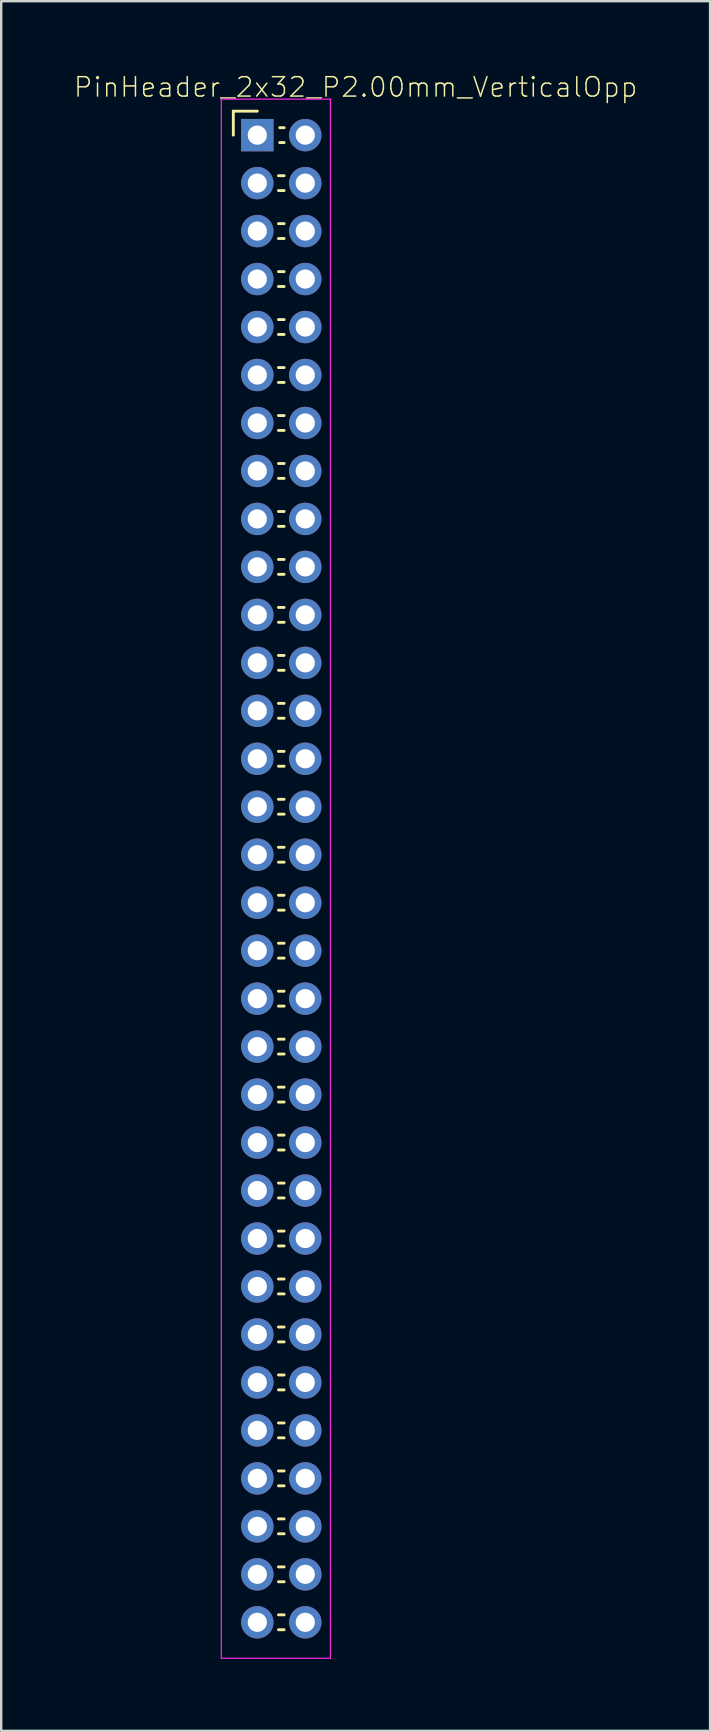
<source format=kicad_pcb>
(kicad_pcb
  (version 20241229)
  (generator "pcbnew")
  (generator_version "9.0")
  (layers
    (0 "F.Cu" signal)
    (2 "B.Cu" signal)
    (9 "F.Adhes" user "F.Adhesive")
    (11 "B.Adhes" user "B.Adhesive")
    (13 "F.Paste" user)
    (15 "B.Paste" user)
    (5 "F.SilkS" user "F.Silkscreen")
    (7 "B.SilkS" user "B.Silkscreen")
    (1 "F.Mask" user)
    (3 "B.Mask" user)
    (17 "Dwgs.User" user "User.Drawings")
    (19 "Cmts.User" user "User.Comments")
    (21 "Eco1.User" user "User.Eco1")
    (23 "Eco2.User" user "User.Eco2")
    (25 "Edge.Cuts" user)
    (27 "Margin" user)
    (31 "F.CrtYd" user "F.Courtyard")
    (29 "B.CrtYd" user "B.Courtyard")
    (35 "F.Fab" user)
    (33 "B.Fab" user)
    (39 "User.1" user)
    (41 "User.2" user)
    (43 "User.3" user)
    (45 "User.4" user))
  (footprint "PinHeader_2x32_P2.00mm_VerticalOpp"
    (layer "F.Cu")
    (at 7.677 2.584)
    (property "Reference" "PinHeader_2x32_P2.00mm_VerticalOpp" (at 4.1 -2 0) (layer "F.SilkS") (effects (font (size 0.81 0.81) (thickness 0.062))))
    (attr through_hole)
    (fp_line (start -1 -1) (end 0 -1) (stroke (width 0.12) (type solid)) (layer "F.SilkS"))
    (fp_line (start -1 0) (end -1 -1) (stroke (width 0.12) (type solid)) (layer "F.SilkS"))
    (fp_line (start 0.882 1.69) (end 1.118 1.69) (stroke (width 0.12) (type solid)) (layer "F.SilkS"))
    (fp_line (start 0.882 2.31) (end 1.118 2.31) (stroke (width 0.12) (type solid)) (layer "F.SilkS"))
    (fp_line (start 0.882 3.69) (end 1.118 3.69) (stroke (width 0.12) (type solid)) (layer "F.SilkS"))
    (fp_line (start 0.882 4.31) (end 1.118 4.31) (stroke (width 0.12) (type solid)) (layer "F.SilkS"))
    (fp_line (start 0.882 5.69) (end 1.118 5.69) (stroke (width 0.12) (type solid)) (layer "F.SilkS"))
    (fp_line (start 0.882 6.31) (end 1.118 6.31) (stroke (width 0.12) (type solid)) (layer "F.SilkS"))
    (fp_line (start 0.882 7.69) (end 1.118 7.69) (stroke (width 0.12) (type solid)) (layer "F.SilkS"))
    (fp_line (start 0.882 8.31) (end 1.118 8.31) (stroke (width 0.12) (type solid)) (layer "F.SilkS"))
    (fp_line (start 0.882 9.69) (end 1.118 9.69) (stroke (width 0.12) (type solid)) (layer "F.SilkS"))
    (fp_line (start 0.882 10.31) (end 1.118 10.31) (stroke (width 0.12) (type solid)) (layer "F.SilkS"))
    (fp_line (start 0.882 11.69) (end 1.118 11.69) (stroke (width 0.12) (type solid)) (layer "F.SilkS"))
    (fp_line (start 0.882 12.31) (end 1.118 12.31) (stroke (width 0.12) (type solid)) (layer "F.SilkS"))
    (fp_line (start 0.882 13.69) (end 1.118 13.69) (stroke (width 0.12) (type solid)) (layer "F.SilkS"))
    (fp_line (start 0.882 14.31) (end 1.118 14.31) (stroke (width 0.12) (type solid)) (layer "F.SilkS"))
    (fp_line (start 0.882 15.69) (end 1.118 15.69) (stroke (width 0.12) (type solid)) (layer "F.SilkS"))
    (fp_line (start 0.882 16.31) (end 1.118 16.31) (stroke (width 0.12) (type solid)) (layer "F.SilkS"))
    (fp_line (start 0.882 17.69) (end 1.118 17.69) (stroke (width 0.12) (type solid)) (layer "F.SilkS"))
    (fp_line (start 0.882 18.31) (end 1.118 18.31) (stroke (width 0.12) (type solid)) (layer "F.SilkS"))
    (fp_line (start 0.882 19.69) (end 1.118 19.69) (stroke (width 0.12) (type solid)) (layer "F.SilkS"))
    (fp_line (start 0.882 20.31) (end 1.118 20.31) (stroke (width 0.12) (type solid)) (layer "F.SilkS"))
    (fp_line (start 0.882 21.69) (end 1.118 21.69) (stroke (width 0.12) (type solid)) (layer "F.SilkS"))
    (fp_line (start 0.882 22.31) (end 1.118 22.31) (stroke (width 0.12) (type solid)) (layer "F.SilkS"))
    (fp_line (start 0.882 23.69) (end 1.118 23.69) (stroke (width 0.12) (type solid)) (layer "F.SilkS"))
    (fp_line (start 0.882 24.31) (end 1.118 24.31) (stroke (width 0.12) (type solid)) (layer "F.SilkS"))
    (fp_line (start 0.882 25.69) (end 1.118 25.69) (stroke (width 0.12) (type solid)) (layer "F.SilkS"))
    (fp_line (start 0.882 26.31) (end 1.118 26.31) (stroke (width 0.12) (type solid)) (layer "F.SilkS"))
    (fp_line (start 0.882 27.69) (end 1.118 27.69) (stroke (width 0.12) (type solid)) (layer "F.SilkS"))
    (fp_line (start 0.882 28.31) (end 1.118 28.31) (stroke (width 0.12) (type solid)) (layer "F.SilkS"))
    (fp_line (start 0.882 29.69) (end 1.118 29.69) (stroke (width 0.12) (type solid)) (layer "F.SilkS"))
    (fp_line (start 0.882 30.31) (end 1.118 30.31) (stroke (width 0.12) (type solid)) (layer "F.SilkS"))
    (fp_line (start 0.882 31.69) (end 1.118 31.69) (stroke (width 0.12) (type solid)) (layer "F.SilkS"))
    (fp_line (start 0.882 32.31) (end 1.118 32.31) (stroke (width 0.12) (type solid)) (layer "F.SilkS"))
    (fp_line (start 0.882 33.69) (end 1.118 33.69) (stroke (width 0.12) (type solid)) (layer "F.SilkS"))
    (fp_line (start 0.882 34.31) (end 1.118 34.31) (stroke (width 0.12) (type solid)) (layer "F.SilkS"))
    (fp_line (start 0.882 35.69) (end 1.118 35.69) (stroke (width 0.12) (type solid)) (layer "F.SilkS"))
    (fp_line (start 0.882 36.31) (end 1.118 36.31) (stroke (width 0.12) (type solid)) (layer "F.SilkS"))
    (fp_line (start 0.882 37.69) (end 1.118 37.69) (stroke (width 0.12) (type solid)) (layer "F.SilkS"))
    (fp_line (start 0.882 38.31) (end 1.118 38.31) (stroke (width 0.12) (type solid)) (layer "F.SilkS"))
    (fp_line (start 0.882 39.69) (end 1.118 39.69) (stroke (width 0.12) (type solid)) (layer "F.SilkS"))
    (fp_line (start 0.882 40.31) (end 1.118 40.31) (stroke (width 0.12) (type solid)) (layer "F.SilkS"))
    (fp_line (start 0.882 41.69) (end 1.118 41.69) (stroke (width 0.12) (type solid)) (layer "F.SilkS"))
    (fp_line (start 0.882 42.31) (end 1.118 42.31) (stroke (width 0.12) (type solid)) (layer "F.SilkS"))
    (fp_line (start 0.882 43.69) (end 1.118 43.69) (stroke (width 0.12) (type solid)) (layer "F.SilkS"))
    (fp_line (start 0.882 44.31) (end 1.118 44.31) (stroke (width 0.12) (type solid)) (layer "F.SilkS"))
    (fp_line (start 0.882 45.69) (end 1.118 45.69) (stroke (width 0.12) (type solid)) (layer "F.SilkS"))
    (fp_line (start 0.882 46.31) (end 1.118 46.31) (stroke (width 0.12) (type solid)) (layer "F.SilkS"))
    (fp_line (start 0.882 47.69) (end 1.118 47.69) (stroke (width 0.12) (type solid)) (layer "F.SilkS"))
    (fp_line (start 0.882 48.31) (end 1.118 48.31) (stroke (width 0.12) (type solid)) (layer "F.SilkS"))
    (fp_line (start 0.882 49.69) (end 1.118 49.69) (stroke (width 0.12) (type solid)) (layer "F.SilkS"))
    (fp_line (start 0.882 50.31) (end 1.118 50.31) (stroke (width 0.12) (type solid)) (layer "F.SilkS"))
    (fp_line (start 0.882 51.69) (end 1.118 51.69) (stroke (width 0.12) (type solid)) (layer "F.SilkS"))
    (fp_line (start 0.882 52.31) (end 1.118 52.31) (stroke (width 0.12) (type solid)) (layer "F.SilkS"))
    (fp_line (start 0.882 53.69) (end 1.118 53.69) (stroke (width 0.12) (type solid)) (layer "F.SilkS"))
    (fp_line (start 0.882 54.31) (end 1.118 54.31) (stroke (width 0.12) (type solid)) (layer "F.SilkS"))
    (fp_line (start 0.882 55.69) (end 1.118 55.69) (stroke (width 0.12) (type solid)) (layer "F.SilkS"))
    (fp_line (start 0.882 56.31) (end 1.118 56.31) (stroke (width 0.12) (type solid)) (layer "F.SilkS"))
    (fp_line (start 0.882 57.69) (end 1.118 57.69) (stroke (width 0.12) (type solid)) (layer "F.SilkS"))
    (fp_line (start 0.882 58.31) (end 1.118 58.31) (stroke (width 0.12) (type solid)) (layer "F.SilkS"))
    (fp_line (start 0.882 59.69) (end 1.118 59.69) (stroke (width 0.12) (type solid)) (layer "F.SilkS"))
    (fp_line (start 0.882 60.31) (end 1.118 60.31) (stroke (width 0.12) (type solid)) (layer "F.SilkS"))
    (fp_line (start 0.882 61.69) (end 1.118 61.69) (stroke (width 0.12) (type solid)) (layer "F.SilkS"))
    (fp_line (start 0.882 62.31) (end 1.118 62.31) (stroke (width 0.12) (type solid)) (layer "F.SilkS"))
    (fp_line (start 0.935 -0.31) (end 1.118 -0.31) (stroke (width 0.12) (type solid)) (layer "F.SilkS"))
    (fp_line (start 0.935 0.31) (end 1.118 0.31) (stroke (width 0.12) (type solid)) (layer "F.SilkS"))
    (fp_line (start -1.5 -1.5) (end -1.5 63.5) (stroke (width 0.05) (type solid)) (layer "F.CrtYd"))
    (fp_line (start -1.5 -1.5) (end 3.048 -1.5) (stroke (width 0.05) (type solid)) (layer "F.CrtYd"))
    (fp_line (start -1.5 63.5) (end 3.048 63.5) (stroke (width 0.05) (type solid)) (layer "F.CrtYd"))
    (fp_line (start 3.048 -1.5) (end 3.048 63.5) (stroke (width 0.05) (type solid)) (layer "F.CrtYd"))
    (fp_line (start -0.25 -0.25) (end -0.25 0.25) (stroke (width 0.1) (type solid)) (layer "F.Fab"))
    (fp_line (start -0.25 1.75) (end -0.25 2.25) (stroke (width 0.1) (type solid)) (layer "F.Fab"))
    (fp_line (start -0.25 3.75) (end -0.25 4.25) (stroke (width 0.1) (type solid)) (layer "F.Fab"))
    (fp_line (start -0.25 5.75) (end -0.25 6.25) (stroke (width 0.1) (type solid)) (layer "F.Fab"))
    (fp_line (start -0.25 7.75) (end -0.25 8.25) (stroke (width 0.1) (type solid)) (layer "F.Fab"))
    (fp_line (start -0.25 9.75) (end -0.25 10.25) (stroke (width 0.1) (type solid)) (layer "F.Fab"))
    (fp_line (start -0.25 11.75) (end -0.25 12.25) (stroke (width 0.1) (type solid)) (layer "F.Fab"))
    (fp_line (start -0.25 13.75) (end -0.25 14.25) (stroke (width 0.1) (type solid)) (layer "F.Fab"))
    (fp_line (start -0.25 15.75) (end -0.25 16.25) (stroke (width 0.1) (type solid)) (layer "F.Fab"))
    (fp_line (start -0.25 17.75) (end -0.25 18.25) (stroke (width 0.1) (type solid)) (layer "F.Fab"))
    (fp_line (start -0.25 19.75) (end -0.25 20.25) (stroke (width 0.1) (type solid)) (layer "F.Fab"))
    (fp_line (start -0.25 21.75) (end -0.25 22.25) (stroke (width 0.1) (type solid)) (layer "F.Fab"))
    (fp_line (start -0.25 23.75) (end -0.25 24.25) (stroke (width 0.1) (type solid)) (layer "F.Fab"))
    (fp_line (start -0.25 25.75) (end -0.25 26.25) (stroke (width 0.1) (type solid)) (layer "F.Fab"))
    (fp_line (start -0.25 27.75) (end -0.25 28.25) (stroke (width 0.1) (type solid)) (layer "F.Fab"))
    (fp_line (start -0.25 29.75) (end -0.25 30.25) (stroke (width 0.1) (type solid)) (layer "F.Fab"))
    (fp_line (start -0.25 31.75) (end -0.25 32.25) (stroke (width 0.1) (type solid)) (layer "F.Fab"))
    (fp_line (start -0.25 33.75) (end -0.25 34.25) (stroke (width 0.1) (type solid)) (layer "F.Fab"))
    (fp_line (start -0.25 35.75) (end -0.25 36.25) (stroke (width 0.1) (type solid)) (layer "F.Fab"))
    (fp_line (start -0.25 37.75) (end -0.25 38.25) (stroke (width 0.1) (type solid)) (layer "F.Fab"))
    (fp_line (start -0.25 39.75) (end -0.25 40.25) (stroke (width 0.1) (type solid)) (layer "F.Fab"))
    (fp_line (start -0.25 41.75) (end -0.25 42.25) (stroke (width 0.1) (type solid)) (layer "F.Fab"))
    (fp_line (start -0.25 43.75) (end -0.25 44.25) (stroke (width 0.1) (type solid)) (layer "F.Fab"))
    (fp_line (start -0.25 45.75) (end -0.25 46.25) (stroke (width 0.1) (type solid)) (layer "F.Fab"))
    (fp_line (start -0.25 47.75) (end -0.25 48.25) (stroke (width 0.1) (type solid)) (layer "F.Fab"))
    (fp_line (start -0.25 49.75) (end -0.25 50.25) (stroke (width 0.1) (type solid)) (layer "F.Fab"))
    (fp_line (start -0.25 51.75) (end -0.25 52.25) (stroke (width 0.1) (type solid)) (layer "F.Fab"))
    (fp_line (start -0.25 53.75) (end -0.25 54.25) (stroke (width 0.1) (type solid)) (layer "F.Fab"))
    (fp_line (start -0.25 55.75) (end -0.25 56.25) (stroke (width 0.1) (type solid)) (layer "F.Fab"))
    (fp_line (start -0.25 57.75) (end -0.25 58.25) (stroke (width 0.1) (type solid)) (layer "F.Fab"))
    (fp_line (start -0.25 59.75) (end -0.25 60.25) (stroke (width 0.1) (type solid)) (layer "F.Fab"))
    (fp_line (start -0.25 61.75) (end -0.25 62.25) (stroke (width 0.1) (type solid)) (layer "F.Fab"))
    (pad "1" thru_hole rect (at 0 0) (size 1.35 1.35) (drill 0.8) (layers "*.Cu" "*.Mask"))
    (pad "2" thru_hole oval (at 2 0) (size 1.35 1.35) (drill 0.8) (layers "*.Cu" "*.Mask"))
    (pad "3" thru_hole oval (at 0 2) (size 1.35 1.35) (drill 0.8) (layers "*.Cu" "*.Mask"))
    (pad "4" thru_hole oval (at 2 2) (size 1.35 1.35) (drill 0.8) (layers "*.Cu" "*.Mask"))
    (pad "5" thru_hole oval (at 0 4) (size 1.35 1.35) (drill 0.8) (layers "*.Cu" "*.Mask"))
    (pad "6" thru_hole oval (at 2 4) (size 1.35 1.35) (drill 0.8) (layers "*.Cu" "*.Mask"))
    (pad "7" thru_hole oval (at 0 6) (size 1.35 1.35) (drill 0.8) (layers "*.Cu" "*.Mask"))
    (pad "8" thru_hole oval (at 2 6) (size 1.35 1.35) (drill 0.8) (layers "*.Cu" "*.Mask"))
    (pad "9" thru_hole oval (at 0 8) (size 1.35 1.35) (drill 0.8) (layers "*.Cu" "*.Mask"))
    (pad "10" thru_hole oval (at 2 8) (size 1.35 1.35) (drill 0.8) (layers "*.Cu" "*.Mask"))
    (pad "11" thru_hole oval (at 0 10) (size 1.35 1.35) (drill 0.8) (layers "*.Cu" "*.Mask"))
    (pad "12" thru_hole oval (at 2 10) (size 1.35 1.35) (drill 0.8) (layers "*.Cu" "*.Mask"))
    (pad "13" thru_hole oval (at 0 12) (size 1.35 1.35) (drill 0.8) (layers "*.Cu" "*.Mask"))
    (pad "14" thru_hole oval (at 2 12) (size 1.35 1.35) (drill 0.8) (layers "*.Cu" "*.Mask"))
    (pad "15" thru_hole oval (at 0 14) (size 1.35 1.35) (drill 0.8) (layers "*.Cu" "*.Mask"))
    (pad "16" thru_hole oval (at 2 14) (size 1.35 1.35) (drill 0.8) (layers "*.Cu" "*.Mask"))
    (pad "17" thru_hole oval (at 0 16) (size 1.35 1.35) (drill 0.8) (layers "*.Cu" "*.Mask"))
    (pad "18" thru_hole oval (at 2 16) (size 1.35 1.35) (drill 0.8) (layers "*.Cu" "*.Mask"))
    (pad "19" thru_hole oval (at 0 18) (size 1.35 1.35) (drill 0.8) (layers "*.Cu" "*.Mask"))
    (pad "20" thru_hole oval (at 2 18) (size 1.35 1.35) (drill 0.8) (layers "*.Cu" "*.Mask"))
    (pad "21" thru_hole oval (at 0 20) (size 1.35 1.35) (drill 0.8) (layers "*.Cu" "*.Mask"))
    (pad "22" thru_hole oval (at 2 20) (size 1.35 1.35) (drill 0.8) (layers "*.Cu" "*.Mask"))
    (pad "23" thru_hole oval (at 0 22) (size 1.35 1.35) (drill 0.8) (layers "*.Cu" "*.Mask"))
    (pad "24" thru_hole oval (at 2 22) (size 1.35 1.35) (drill 0.8) (layers "*.Cu" "*.Mask"))
    (pad "25" thru_hole oval (at 0 24) (size 1.35 1.35) (drill 0.8) (layers "*.Cu" "*.Mask"))
    (pad "26" thru_hole oval (at 2 24) (size 1.35 1.35) (drill 0.8) (layers "*.Cu" "*.Mask"))
    (pad "27" thru_hole oval (at 0 26) (size 1.35 1.35) (drill 0.8) (layers "*.Cu" "*.Mask"))
    (pad "28" thru_hole oval (at 2 26) (size 1.35 1.35) (drill 0.8) (layers "*.Cu" "*.Mask"))
    (pad "29" thru_hole oval (at 0 28) (size 1.35 1.35) (drill 0.8) (layers "*.Cu" "*.Mask"))
    (pad "30" thru_hole oval (at 2 28) (size 1.35 1.35) (drill 0.8) (layers "*.Cu" "*.Mask"))
    (pad "31" thru_hole oval (at 0 30) (size 1.35 1.35) (drill 0.8) (layers "*.Cu" "*.Mask"))
    (pad "32" thru_hole oval (at 2 30) (size 1.35 1.35) (drill 0.8) (layers "*.Cu" "*.Mask"))
    (pad "33" thru_hole oval (at 0 32) (size 1.35 1.35) (drill 0.8) (layers "*.Cu" "*.Mask"))
    (pad "34" thru_hole oval (at 2 32) (size 1.35 1.35) (drill 0.8) (layers "*.Cu" "*.Mask"))
    (pad "35" thru_hole oval (at 0 34) (size 1.35 1.35) (drill 0.8) (layers "*.Cu" "*.Mask"))
    (pad "36" thru_hole oval (at 2 34) (size 1.35 1.35) (drill 0.8) (layers "*.Cu" "*.Mask"))
    (pad "37" thru_hole oval (at 0 36) (size 1.35 1.35) (drill 0.8) (layers "*.Cu" "*.Mask"))
    (pad "38" thru_hole oval (at 2 36) (size 1.35 1.35) (drill 0.8) (layers "*.Cu" "*.Mask"))
    (pad "39" thru_hole oval (at 0 38) (size 1.35 1.35) (drill 0.8) (layers "*.Cu" "*.Mask"))
    (pad "40" thru_hole oval (at 2 38) (size 1.35 1.35) (drill 0.8) (layers "*.Cu" "*.Mask"))
    (pad "41" thru_hole oval (at 0 40) (size 1.35 1.35) (drill 0.8) (layers "*.Cu" "*.Mask"))
    (pad "42" thru_hole oval (at 2 40) (size 1.35 1.35) (drill 0.8) (layers "*.Cu" "*.Mask"))
    (pad "43" thru_hole oval (at 0 42) (size 1.35 1.35) (drill 0.8) (layers "*.Cu" "*.Mask"))
    (pad "44" thru_hole oval (at 2 42) (size 1.35 1.35) (drill 0.8) (layers "*.Cu" "*.Mask"))
    (pad "45" thru_hole oval (at 0 44) (size 1.35 1.35) (drill 0.8) (layers "*.Cu" "*.Mask"))
    (pad "46" thru_hole oval (at 2 44) (size 1.35 1.35) (drill 0.8) (layers "*.Cu" "*.Mask"))
    (pad "47" thru_hole oval (at 0 46) (size 1.35 1.35) (drill 0.8) (layers "*.Cu" "*.Mask"))
    (pad "48" thru_hole oval (at 2 46) (size 1.35 1.35) (drill 0.8) (layers "*.Cu" "*.Mask"))
    (pad "49" thru_hole oval (at 0 48) (size 1.35 1.35) (drill 0.8) (layers "*.Cu" "*.Mask"))
    (pad "50" thru_hole oval (at 2 48) (size 1.35 1.35) (drill 0.8) (layers "*.Cu" "*.Mask"))
    (pad "51" thru_hole oval (at 0 50) (size 1.35 1.35) (drill 0.8) (layers "*.Cu" "*.Mask"))
    (pad "52" thru_hole oval (at 2 50) (size 1.35 1.35) (drill 0.8) (layers "*.Cu" "*.Mask"))
    (pad "53" thru_hole oval (at 0 52) (size 1.35 1.35) (drill 0.8) (layers "*.Cu" "*.Mask"))
    (pad "54" thru_hole oval (at 2 52) (size 1.35 1.35) (drill 0.8) (layers "*.Cu" "*.Mask"))
    (pad "55" thru_hole oval (at 0 54) (size 1.35 1.35) (drill 0.8) (layers "*.Cu" "*.Mask"))
    (pad "56" thru_hole oval (at 2 54) (size 1.35 1.35) (drill 0.8) (layers "*.Cu" "*.Mask"))
    (pad "57" thru_hole oval (at 0 56) (size 1.35 1.35) (drill 0.8) (layers "*.Cu" "*.Mask"))
    (pad "58" thru_hole oval (at 2 56) (size 1.35 1.35) (drill 0.8) (layers "*.Cu" "*.Mask"))
    (pad "59" thru_hole oval (at 0 58) (size 1.35 1.35) (drill 0.8) (layers "*.Cu" "*.Mask"))
    (pad "60" thru_hole oval (at 2 58) (size 1.35 1.35) (drill 0.8) (layers "*.Cu" "*.Mask"))
    (pad "61" thru_hole oval (at 0 60) (size 1.35 1.35) (drill 0.8) (layers "*.Cu" "*.Mask"))
    (pad "62" thru_hole oval (at 2 60) (size 1.35 1.35) (drill 0.8) (layers "*.Cu" "*.Mask"))
    (pad "63" thru_hole oval (at 0 62) (size 1.35 1.35) (drill 0.8) (layers "*.Cu" "*.Mask"))
    (pad "64" thru_hole oval (at 2 62) (size 1.35 1.35) (drill 0.8) (layers "*.Cu" "*.Mask")))
  (gr_rect
    (start -3 -3)
    (end 26.554 69.109)
    (stroke (width 0.1) (type default))
    (fill no)
    (layer "Edge.Cuts")))
</source>
